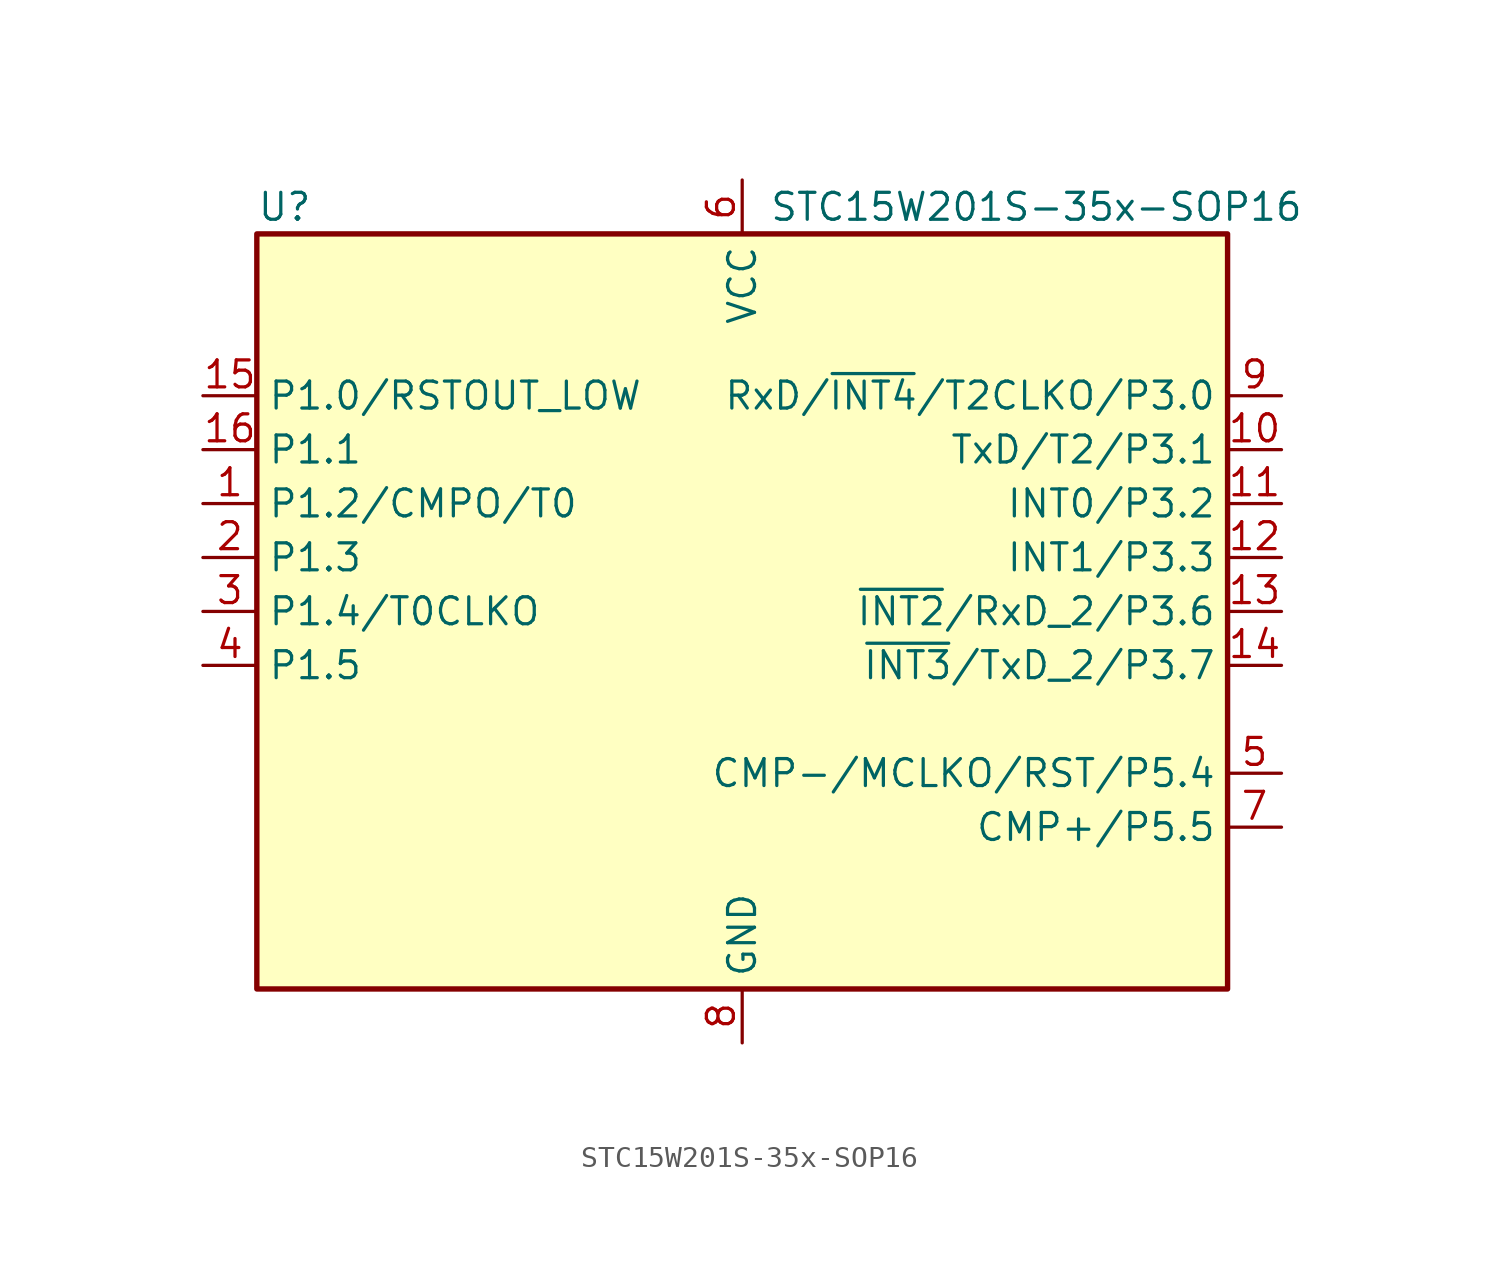
<source format=kicad_sym>
(kicad_symbol_lib
  (version 20231120)
  (generator "kicad_symbol_editor")
  (generator_version "8.0")
  (symbol "STC15W201S-35x-SOP16"
    (property "Reference" "U"
      (at -22.86 19.05 0)
      (effects (font (size 1.27 1.27)) (justify left)))
    (property "Value" "STC15W201S-35x-SOP16"
      (at 1.27 19.05 0)
      (effects (font (size 1.27 1.27)) (justify left)))
    (symbol "STC15W201S-35x-SOP16_0_1"
      (rectangle (start -22.86 17.78) (end 22.86 -17.78) (stroke (width 0.254) (type default)) (fill (type background))))
    (symbol "STC15W201S-35x-SOP16_1_1"
      (pin bidirectional line (at -25.4 5.08 0) (length 2.54) (name "P1.2/CMPO/T0" (effects (font (size 1.27 1.27)))) (number "1" (effects (font (size 1.27 1.27)))))
      (pin bidirectional line (at 25.4 7.62 180) (length 2.54) (name "TxD/T2/P3.1" (effects (font (size 1.27 1.27)))) (number "10" (effects (font (size 1.27 1.27)))))
      (pin bidirectional line (at 25.4 5.08 180) (length 2.54) (name "INT0/P3.2" (effects (font (size 1.27 1.27)))) (number "11" (effects (font (size 1.27 1.27)))))
      (pin bidirectional line (at 25.4 2.54 180) (length 2.54) (name "INT1/P3.3" (effects (font (size 1.27 1.27)))) (number "12" (effects (font (size 1.27 1.27)))))
      (pin bidirectional line (at 25.4 0 180) (length 2.54) (name "~{INT2}/RxD_2/P3.6" (effects (font (size 1.27 1.27)))) (number "13" (effects (font (size 1.27 1.27)))))
      (pin bidirectional line (at 25.4 -2.54 180) (length 2.54) (name "~{INT3}/TxD_2/P3.7" (effects (font (size 1.27 1.27)))) (number "14" (effects (font (size 1.27 1.27)))))
      (pin bidirectional line (at -25.4 10.16 0) (length 2.54) (name "P1.0/RSTOUT_LOW" (effects (font (size 1.27 1.27)))) (number "15" (effects (font (size 1.27 1.27)))))
      (pin bidirectional line (at -25.4 7.62 0) (length 2.54) (name "P1.1" (effects (font (size 1.27 1.27)))) (number "16" (effects (font (size 1.27 1.27)))))
      (pin bidirectional line (at -25.4 2.54 0) (length 2.54) (name "P1.3" (effects (font (size 1.27 1.27)))) (number "2" (effects (font (size 1.27 1.27)))))
      (pin bidirectional line (at -25.4 0 0) (length 2.54) (name "P1.4/T0CLKO" (effects (font (size 1.27 1.27)))) (number "3" (effects (font (size 1.27 1.27)))))
      (pin bidirectional line (at -25.4 -2.54 0) (length 2.54) (name "P1.5" (effects (font (size 1.27 1.27)))) (number "4" (effects (font (size 1.27 1.27)))))
      (pin bidirectional line (at 25.4 -7.62 180) (length 2.54) (name "CMP-/MCLKO/RST/P5.4" (effects (font (size 1.27 1.27)))) (number "5" (effects (font (size 1.27 1.27)))))
      (pin power_in line (at 0 20.32 270) (length 2.54) (name "VCC" (effects (font (size 1.27 1.27)))) (number "6" (effects (font (size 1.27 1.27)))))
      (pin bidirectional line (at 25.4 -10.16 180) (length 2.54) (name "CMP+/P5.5" (effects (font (size 1.27 1.27)))) (number "7" (effects (font (size 1.27 1.27)))))
      (pin power_in line (at 0 -20.32 90) (length 2.54) (name "GND" (effects (font (size 1.27 1.27)))) (number "8" (effects (font (size 1.27 1.27)))))
      (pin bidirectional line (at 25.4 10.16 180) (length 2.54) (name "RxD/~{INT4}/T2CLKO/P3.0" (effects (font (size 1.27 1.27)))) (number "9" (effects (font (size 1.27 1.27))))))))
</source>
